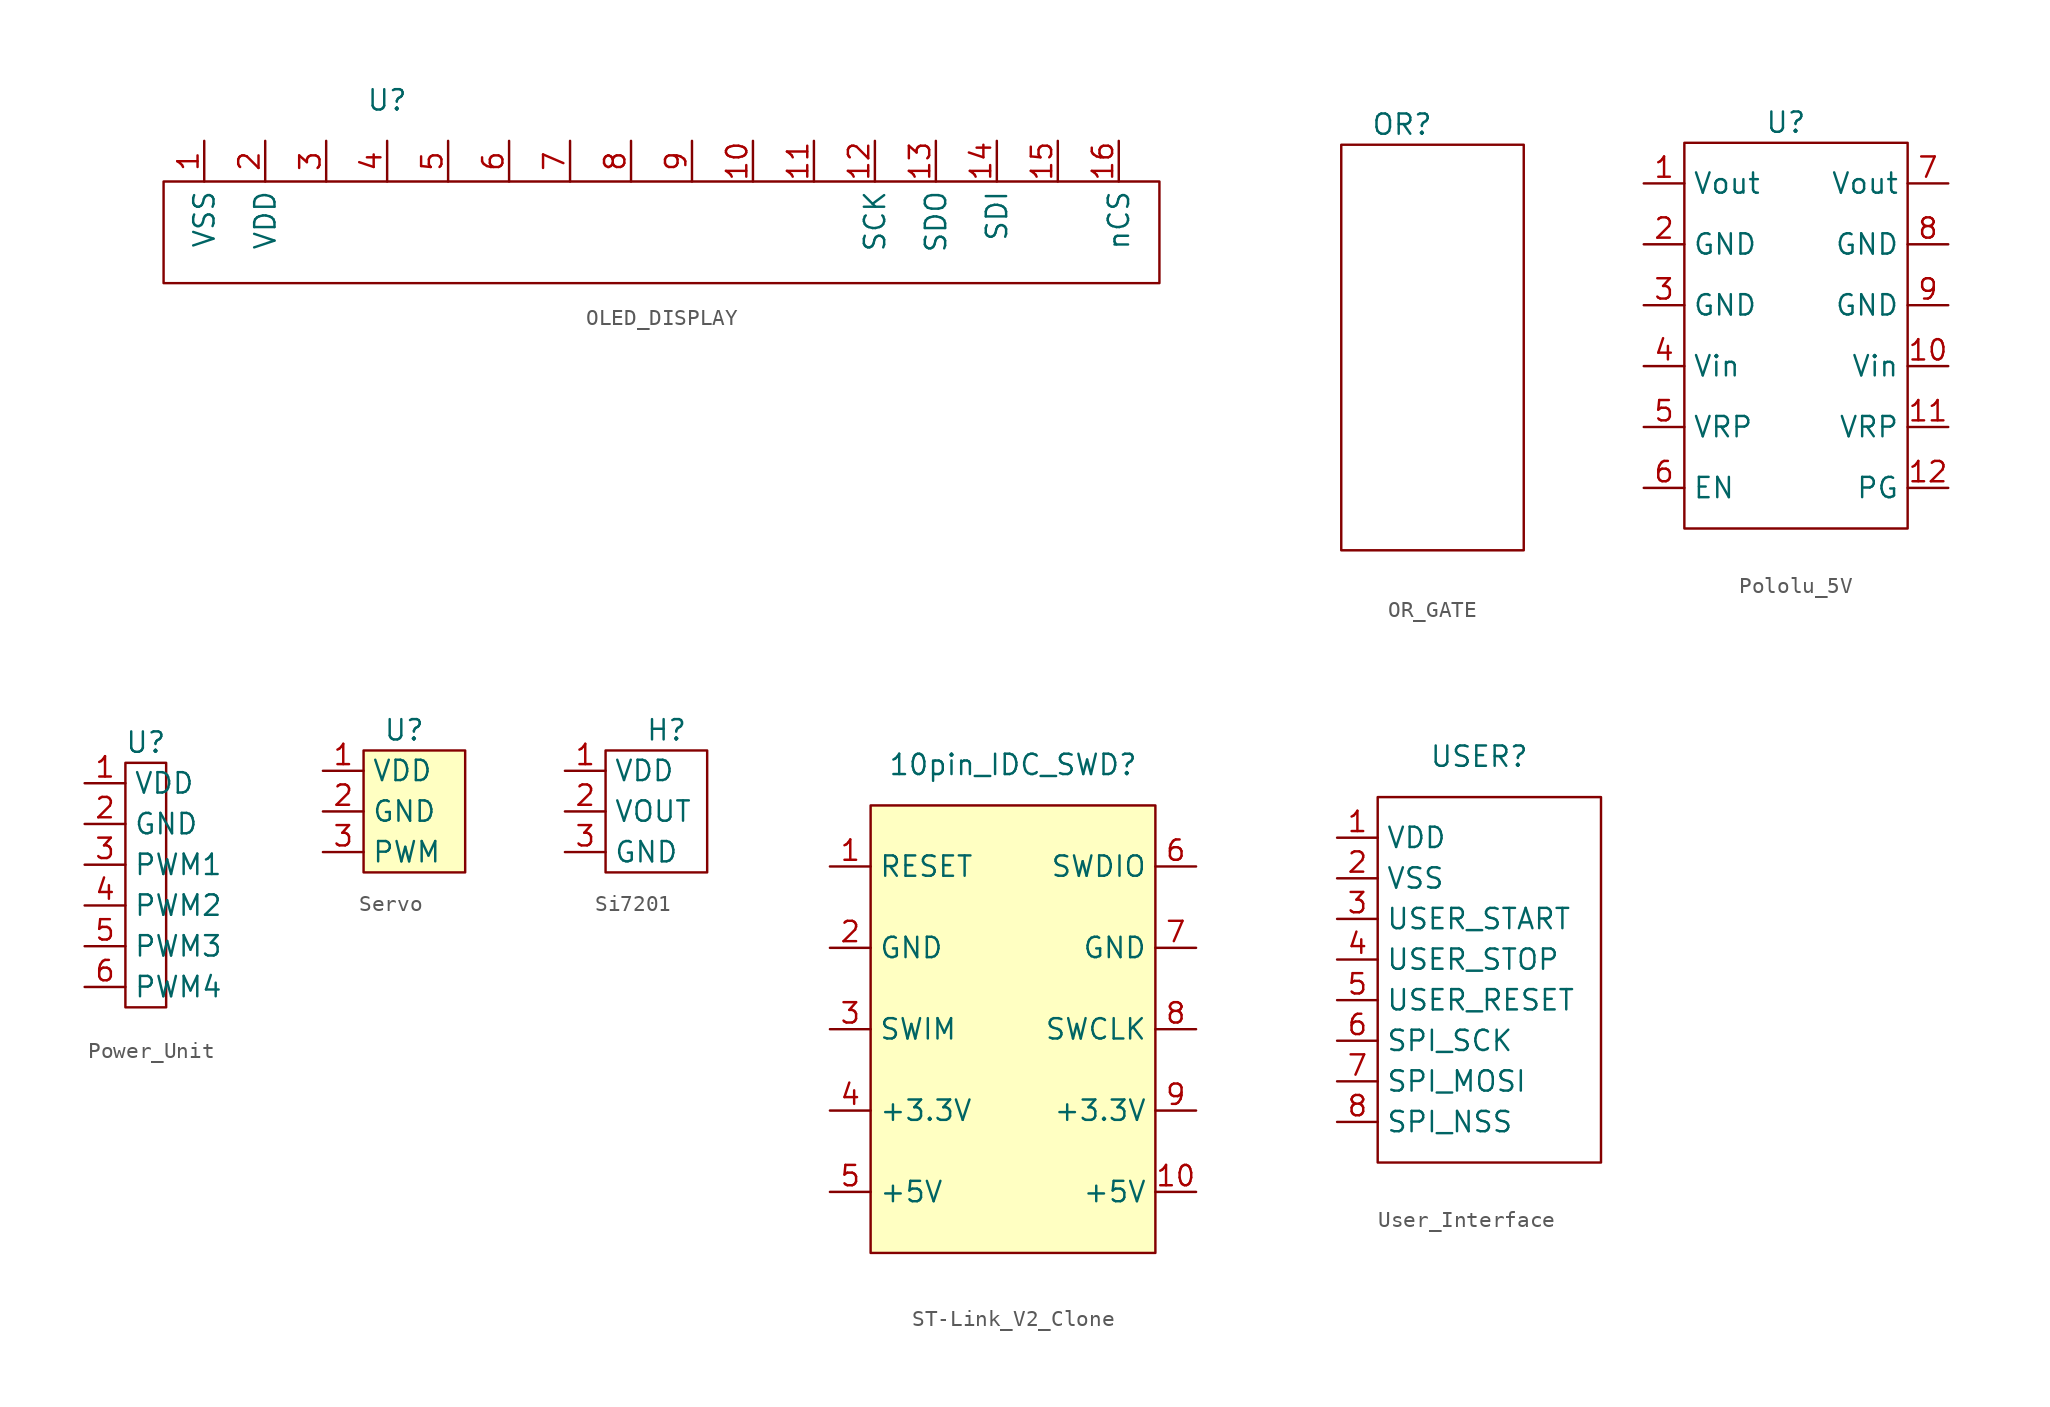
<source format=kicad_sym>
(kicad_symbol_lib
  (version 20220914)
  (generator kicad_symbol_editor)
  (symbol "OLED_DISPLAY"
    (property "Reference" "U"
      (at 0 0 0)
      (effects (font (size 1.27 1.27))))
    (property "Value" ""
      (at 0 0 0)
      (effects (font (size 1.27 1.27))))
    (symbol "OLED_DISPLAY_0_1"
      (rectangle (start -13.97 -5.08) (end 48.26 -11.43) (stroke (width 0) (type default)) (fill (type none))))
    (symbol "OLED_DISPLAY_1_1"
      (pin passive line (at -11.43 -2.54 270) (length 2.54) (name "VSS" (effects (font (size 1.27 1.27)))) (number "1" (effects (font (size 1.27 1.27)))))
      (pin passive line (at 22.86 -2.54 270) (length 2.54) (name "" (effects (font (size 1.27 1.27)))) (number "10" (effects (font (size 1.27 1.27)))))
      (pin passive line (at 26.67 -2.54 270) (length 2.54) (name "" (effects (font (size 1.27 1.27)))) (number "11" (effects (font (size 1.27 1.27)))))
      (pin passive line (at 30.48 -2.54 270) (length 2.54) (name "SCK" (effects (font (size 1.27 1.27)))) (number "12" (effects (font (size 1.27 1.27)))))
      (pin passive line (at 34.29 -2.54 270) (length 2.54) (name "SDO" (effects (font (size 1.27 1.27)))) (number "13" (effects (font (size 1.27 1.27)))))
      (pin passive line (at 38.1 -2.54 270) (length 2.54) (name "SDI" (effects (font (size 1.27 1.27)))) (number "14" (effects (font (size 1.27 1.27)))))
      (pin passive line (at 41.91 -2.54 270) (length 2.54) (name "" (effects (font (size 1.27 1.27)))) (number "15" (effects (font (size 1.27 1.27)))))
      (pin passive line (at 45.72 -2.54 270) (length 2.54) (name "nCS" (effects (font (size 1.27 1.27)))) (number "16" (effects (font (size 1.27 1.27)))))
      (pin passive line (at -7.62 -2.54 270) (length 2.54) (name "VDD" (effects (font (size 1.27 1.27)))) (number "2" (effects (font (size 1.27 1.27)))))
      (pin passive line (at -3.81 -2.54 270) (length 2.54) (name "" (effects (font (size 1.27 1.27)))) (number "3" (effects (font (size 1.27 1.27)))))
      (pin passive line (at 0 -2.54 270) (length 2.54) (name "" (effects (font (size 1.27 1.27)))) (number "4" (effects (font (size 1.27 1.27)))))
      (pin passive line (at 3.81 -2.54 270) (length 2.54) (name "" (effects (font (size 1.27 1.27)))) (number "5" (effects (font (size 1.27 1.27)))))
      (pin passive line (at 7.62 -2.54 270) (length 2.54) (name "" (effects (font (size 1.27 1.27)))) (number "6" (effects (font (size 1.27 1.27)))))
      (pin passive line (at 11.43 -2.54 270) (length 2.54) (name "" (effects (font (size 1.27 1.27)))) (number "7" (effects (font (size 1.27 1.27)))))
      (pin passive line (at 15.24 -2.54 270) (length 2.54) (name "" (effects (font (size 1.27 1.27)))) (number "8" (effects (font (size 1.27 1.27)))))
      (pin passive line (at 19.05 -2.54 270) (length 2.54) (name "" (effects (font (size 1.27 1.27)))) (number "9" (effects (font (size 1.27 1.27)))))))
  (symbol "OR_GATE"
    (property "Reference" "OR"
      (at 0 0 0)
      (effects (font (size 1.27 1.27))))
    (property "Value" ""
      (at 0 0 0)
      (effects (font (size 1.27 1.27))))
    (symbol "OR_GATE_0_1"
      (rectangle (start -3.81 -1.27) (end 7.62 -26.67) (stroke (width 0) (type default)) (fill (type none)))))
  (symbol "Pololu_5V"
    (property "Reference" "U"
      (at 0 0 0)
      (effects (font (size 1.27 1.27))))
    (property "Value" ""
      (at 0 0 0)
      (effects (font (size 1.27 1.27))))
    (symbol "Pololu_5V_0_1"
      (rectangle (start -6.35 -1.27) (end 7.62 -25.4) (stroke (width 0) (type default)) (fill (type none))))
    (symbol "Pololu_5V_1_1"
      (pin passive line (at -8.89 -3.81 0) (length 2.54) (name "Vout" (effects (font (size 1.27 1.27)))) (number "1" (effects (font (size 1.27 1.27)))))
      (pin passive line (at 10.16 -15.24 180) (length 2.54) (name "Vin" (effects (font (size 1.27 1.27)))) (number "10" (effects (font (size 1.27 1.27)))))
      (pin passive line (at 10.16 -19.05 180) (length 2.54) (name "VRP" (effects (font (size 1.27 1.27)))) (number "11" (effects (font (size 1.27 1.27)))))
      (pin passive line (at 10.16 -22.86 180) (length 2.54) (name "PG" (effects (font (size 1.27 1.27)))) (number "12" (effects (font (size 1.27 1.27)))))
      (pin passive line (at -8.89 -7.62 0) (length 2.54) (name "GND" (effects (font (size 1.27 1.27)))) (number "2" (effects (font (size 1.27 1.27)))))
      (pin passive line (at -8.89 -11.43 0) (length 2.54) (name "GND" (effects (font (size 1.27 1.27)))) (number "3" (effects (font (size 1.27 1.27)))))
      (pin passive line (at -8.89 -15.24 0) (length 2.54) (name "Vin" (effects (font (size 1.27 1.27)))) (number "4" (effects (font (size 1.27 1.27)))))
      (pin passive line (at -8.89 -19.05 0) (length 2.54) (name "VRP" (effects (font (size 1.27 1.27)))) (number "5" (effects (font (size 1.27 1.27)))))
      (pin passive line (at -8.89 -22.86 0) (length 2.54) (name "EN" (effects (font (size 1.27 1.27)))) (number "6" (effects (font (size 1.27 1.27)))))
      (pin passive line (at 10.16 -3.81 180) (length 2.54) (name "Vout" (effects (font (size 1.27 1.27)))) (number "7" (effects (font (size 1.27 1.27)))))
      (pin passive line (at 10.16 -7.62 180) (length 2.54) (name "GND" (effects (font (size 1.27 1.27)))) (number "8" (effects (font (size 1.27 1.27)))))
      (pin passive line (at 10.16 -11.43 180) (length 2.54) (name "GND" (effects (font (size 1.27 1.27)))) (number "9" (effects (font (size 1.27 1.27)))))))
  (symbol "Power_Unit"
    (property "Reference" "U"
      (at 0 3.81 0)
      (effects (font (size 1.27 1.27))))
    (property "Value" ""
      (at 0 0 0)
      (effects (font (size 1.27 1.27))))
    (symbol "Power_Unit_0_1"
      (rectangle (start -1.27 2.54) (end 1.27 -12.7) (stroke (width 0) (type default)) (fill (type none))))
    (symbol "Power_Unit_1_1"
      (pin passive line (at -3.81 1.27 0) (length 2.54) (name "VDD" (effects (font (size 1.27 1.27)))) (number "1" (effects (font (size 1.27 1.27)))))
      (pin passive line (at -3.81 -1.27 0) (length 2.54) (name "GND" (effects (font (size 1.27 1.27)))) (number "2" (effects (font (size 1.27 1.27)))))
      (pin passive line (at -3.81 -3.81 0) (length 2.54) (name "PWM1" (effects (font (size 1.27 1.27)))) (number "3" (effects (font (size 1.27 1.27)))))
      (pin passive line (at -3.81 -6.35 0) (length 2.54) (name "PWM2" (effects (font (size 1.27 1.27)))) (number "4" (effects (font (size 1.27 1.27)))))
      (pin passive line (at -3.81 -8.89 0) (length 2.54) (name "PWM3" (effects (font (size 1.27 1.27)))) (number "5" (effects (font (size 1.27 1.27)))))
      (pin passive line (at -3.81 -11.43 0) (length 2.54) (name "PWM4" (effects (font (size 1.27 1.27)))) (number "6" (effects (font (size 1.27 1.27)))))))
  (symbol "Servo"
    (property "Reference" "U"
      (at 0 0 0)
      (effects (font (size 1.27 1.27))))
    (property "Value" ""
      (at 0 0 0)
      (effects (font (size 1.27 1.27))))
    (symbol "Servo_1_1"
      (rectangle (start -2.54 -1.27) (end 3.81 -8.89) (stroke (width 0) (type default)) (fill (type background)))
      (pin passive line (at -5.08 -2.54 0) (length 2.54) (name "VDD" (effects (font (size 1.27 1.27)))) (number "1" (effects (font (size 1.27 1.27)))))
      (pin passive line (at -5.08 -5.08 0) (length 2.54) (name "GND" (effects (font (size 1.27 1.27)))) (number "2" (effects (font (size 1.27 1.27)))))
      (pin passive line (at -5.08 -7.62 0) (length 2.54) (name "PWM" (effects (font (size 1.27 1.27)))) (number "3" (effects (font (size 1.27 1.27)))))))
  (symbol "Si7201"
    (property "Reference" "H"
      (at 1.27 0 0)
      (effects (font (size 1.27 1.27))))
    (property "Value" ""
      (at 0 0 0)
      (effects (font (size 1.27 1.27))))
    (symbol "Si7201_0_1"
      (rectangle (start -2.54 -1.27) (end 3.81 -8.89) (stroke (width 0) (type default)) (fill (type none))))
    (symbol "Si7201_1_1"
      (pin passive line (at -5.08 -2.54 0) (length 2.54) (name "VDD" (effects (font (size 1.27 1.27)))) (number "1" (effects (font (size 1.27 1.27)))))
      (pin passive line (at -5.08 -5.08 0) (length 2.54) (name "VOUT" (effects (font (size 1.27 1.27)))) (number "2" (effects (font (size 1.27 1.27)))))
      (pin passive line (at -5.08 -7.62 0) (length 2.54) (name "GND" (effects (font (size 1.27 1.27)))) (number "3" (effects (font (size 1.27 1.27)))))))
  (symbol "ST-Link_V2_Clone"
    (property "Reference" "10pin_IDC_SWD"
      (at 3.81 3.81 0)
      (effects (font (size 1.27 1.27))))
    (property "Value" ""
      (at 0 0 0)
      (effects (font (size 1.27 1.27))))
    (symbol "ST-Link_V2_Clone_1_1"
      (rectangle (start -5.08 1.27) (end 12.7 -26.67) (stroke (width 0) (type default)) (fill (type background)))
      (pin passive line (at -7.62 -2.54 0) (length 2.54) (name "RESET" (effects (font (size 1.27 1.27)))) (number "1" (effects (font (size 1.27 1.27)))))
      (pin passive line (at 15.24 -22.86 180) (length 2.54) (name "+5V" (effects (font (size 1.27 1.27)))) (number "10" (effects (font (size 1.27 1.27)))))
      (pin passive line (at -7.62 -7.62 0) (length 2.54) (name "GND" (effects (font (size 1.27 1.27)))) (number "2" (effects (font (size 1.27 1.27)))))
      (pin passive line (at -7.62 -12.7 0) (length 2.54) (name "SWIM" (effects (font (size 1.27 1.27)))) (number "3" (effects (font (size 1.27 1.27)))))
      (pin passive line (at -7.62 -17.78 0) (length 2.54) (name "+3.3V" (effects (font (size 1.27 1.27)))) (number "4" (effects (font (size 1.27 1.27)))))
      (pin passive line (at -7.62 -22.86 0) (length 2.54) (name "+5V" (effects (font (size 1.27 1.27)))) (number "5" (effects (font (size 1.27 1.27)))))
      (pin passive line (at 15.24 -2.54 180) (length 2.54) (name "SWDIO" (effects (font (size 1.27 1.27)))) (number "6" (effects (font (size 1.27 1.27)))))
      (pin passive line (at 15.24 -7.62 180) (length 2.54) (name "GND" (effects (font (size 1.27 1.27)))) (number "7" (effects (font (size 1.27 1.27)))))
      (pin passive line (at 15.24 -12.7 180) (length 2.54) (name "SWCLK" (effects (font (size 1.27 1.27)))) (number "8" (effects (font (size 1.27 1.27)))))
      (pin passive line (at 15.24 -17.78 180) (length 2.54) (name "+3.3V" (effects (font (size 1.27 1.27)))) (number "9" (effects (font (size 1.27 1.27)))))))
  (symbol "User_Interface"
    (property "Reference" "USER"
      (at 3.81 1.27 0)
      (effects (font (size 1.27 1.27))))
    (property "Value" ""
      (at 0 0 0)
      (effects (font (size 1.27 1.27))))
    (symbol "User_Interface_0_1"
      (rectangle (start -2.54 -1.27) (end 11.43 -24.13) (stroke (width 0) (type default)) (fill (type none))))
    (symbol "User_Interface_1_1"
      (pin passive line (at -5.08 -3.81 0) (length 2.54) (name "VDD" (effects (font (size 1.27 1.27)))) (number "1" (effects (font (size 1.27 1.27)))))
      (pin passive line (at -5.08 -6.35 0) (length 2.54) (name "VSS" (effects (font (size 1.27 1.27)))) (number "2" (effects (font (size 1.27 1.27)))))
      (pin passive line (at -5.08 -8.89 0) (length 2.54) (name "USER_START" (effects (font (size 1.27 1.27)))) (number "3" (effects (font (size 1.27 1.27)))))
      (pin passive line (at -5.08 -11.43 0) (length 2.54) (name "USER_STOP" (effects (font (size 1.27 1.27)))) (number "4" (effects (font (size 1.27 1.27)))))
      (pin passive line (at -5.08 -13.97 0) (length 2.54) (name "USER_RESET" (effects (font (size 1.27 1.27)))) (number "5" (effects (font (size 1.27 1.27)))))
      (pin passive line (at -5.08 -16.51 0) (length 2.54) (name "SPI_SCK" (effects (font (size 1.27 1.27)))) (number "6" (effects (font (size 1.27 1.27)))))
      (pin passive line (at -5.08 -19.05 0) (length 2.54) (name "SPI_MOSI" (effects (font (size 1.27 1.27)))) (number "7" (effects (font (size 1.27 1.27)))))
      (pin passive line (at -5.08 -21.59 0) (length 2.54) (name "SPI_NSS" (effects (font (size 1.27 1.27)))) (number "8" (effects (font (size 1.27 1.27))))))))
</source>
